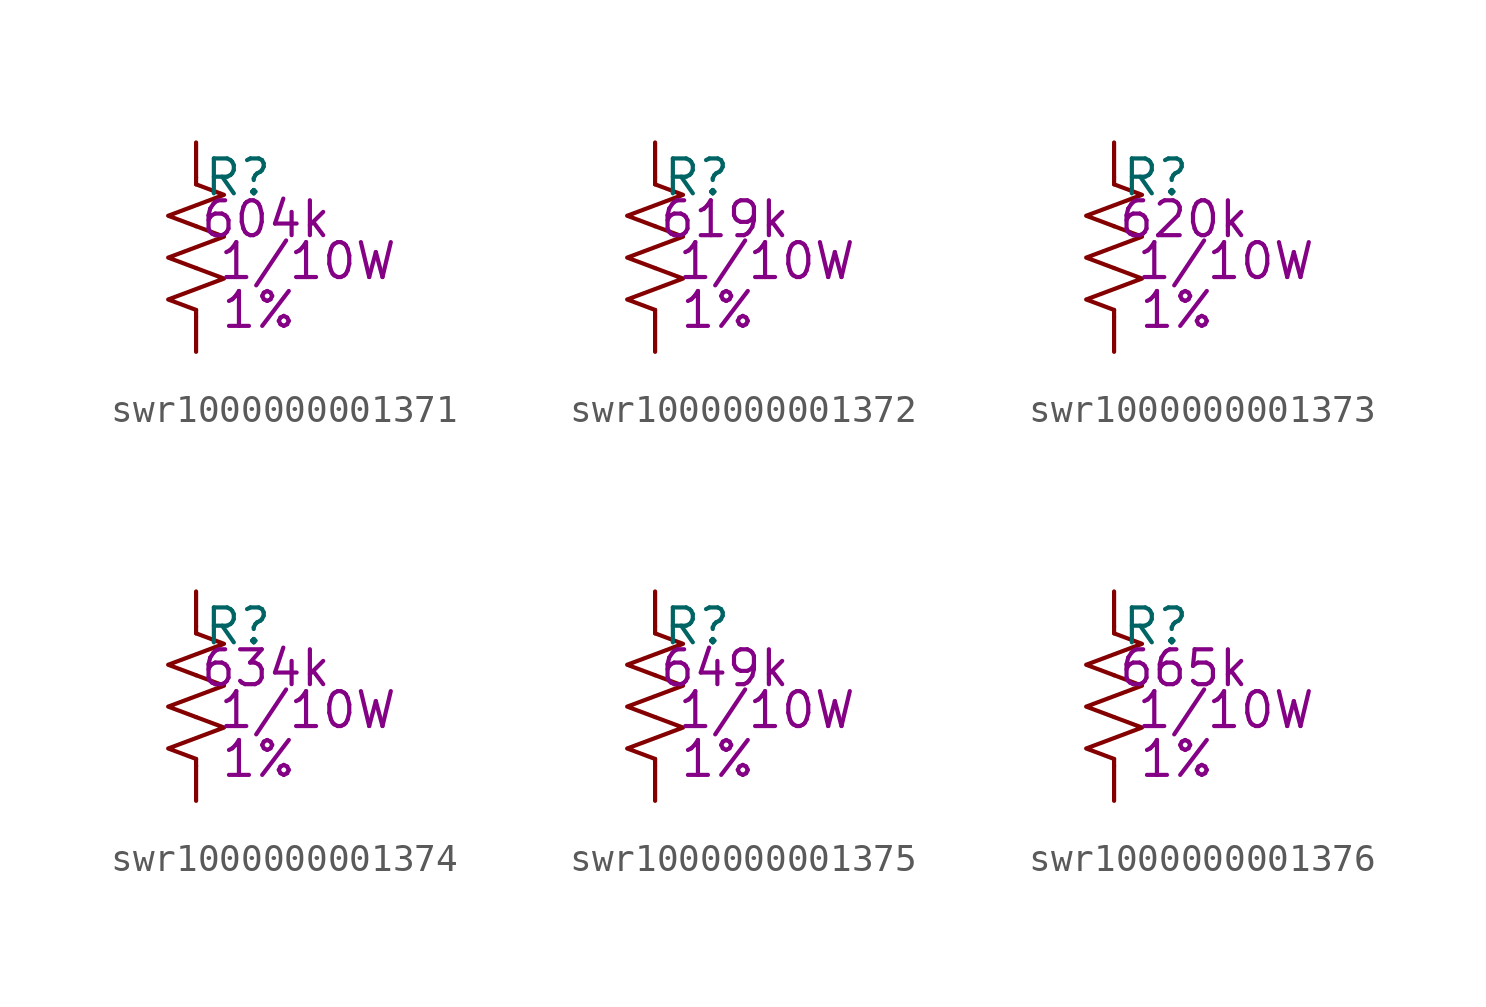
<source format=kicad_sym>
(kicad_symbol_lib
  (version 20211014)
  (generator kicad_symbol_editor)
  (symbol "swr1000000001371"
    (pin_numbers hide)
    (pin_names
      (offset 1.016))
    (property "Reference" "R"
      (at 1.524 2.54 0)
      (effects (font (size 1.27 1.27))))
    (property "PartValue" "604k"
      (at 2.54 1.016 0)
      (effects (font (size 1.27 1.27))))
    (property "Tolerance" "1%"
      (at 2.286 -2.286 0)
      (effects (font (size 1.27 1.27))))
    (property "Wattage" "1/10W"
      (at 4.064 -0.508 0)
      (effects (font (size 1.27 1.27))))
    (symbol "swr1000000001371_1_1"
      (polyline (pts (xy 0 -2.286) (xy 0 -2.54)) (stroke (width 0) (type default) (color 0 0 0 0)) (fill (type none)))
      (polyline (pts (xy 0 2.286) (xy 0 2.54)) (stroke (width 0) (type default) (color 0 0 0 0)) (fill (type none)))
      (polyline (pts (xy 0 -0.762) (xy 1.016 -1.143) (xy 0 -1.524) (xy -1.016 -1.905) (xy 0 -2.286)) (stroke (width 0) (type default) (color 0 0 0 0)) (fill (type none)))
      (polyline (pts (xy 0 0.762) (xy 1.016 0.381) (xy 0 0) (xy -1.016 -0.381) (xy 0 -0.762)) (stroke (width 0) (type default) (color 0 0 0 0)) (fill (type none)))
      (polyline (pts (xy 0 2.286) (xy 1.016 1.905) (xy 0 1.524) (xy -1.016 1.143) (xy 0 0.762)) (stroke (width 0) (type default) (color 0 0 0 0)) (fill (type none)))
      (pin passive line (at 0 3.81 270) (length 1.27) (name "~" (effects (font (size 1.27 1.27)))) (number "1" (effects (font (size 1.27 1.27)))))
      (pin passive line (at 0 -3.81 90) (length 1.27) (name "~" (effects (font (size 1.27 1.27)))) (number "2" (effects (font (size 1.27 1.27)))))))
  (symbol "swr1000000001372"
    (pin_numbers hide)
    (pin_names
      (offset 1.016))
    (property "Reference" "R"
      (at 1.524 2.54 0)
      (effects (font (size 1.27 1.27))))
    (property "PartValue" "619k"
      (at 2.54 1.016 0)
      (effects (font (size 1.27 1.27))))
    (property "Tolerance" "1%"
      (at 2.286 -2.286 0)
      (effects (font (size 1.27 1.27))))
    (property "Wattage" "1/10W"
      (at 4.064 -0.508 0)
      (effects (font (size 1.27 1.27))))
    (symbol "swr1000000001372_1_1"
      (polyline (pts (xy 0 -2.286) (xy 0 -2.54)) (stroke (width 0) (type default) (color 0 0 0 0)) (fill (type none)))
      (polyline (pts (xy 0 2.286) (xy 0 2.54)) (stroke (width 0) (type default) (color 0 0 0 0)) (fill (type none)))
      (polyline (pts (xy 0 -0.762) (xy 1.016 -1.143) (xy 0 -1.524) (xy -1.016 -1.905) (xy 0 -2.286)) (stroke (width 0) (type default) (color 0 0 0 0)) (fill (type none)))
      (polyline (pts (xy 0 0.762) (xy 1.016 0.381) (xy 0 0) (xy -1.016 -0.381) (xy 0 -0.762)) (stroke (width 0) (type default) (color 0 0 0 0)) (fill (type none)))
      (polyline (pts (xy 0 2.286) (xy 1.016 1.905) (xy 0 1.524) (xy -1.016 1.143) (xy 0 0.762)) (stroke (width 0) (type default) (color 0 0 0 0)) (fill (type none)))
      (pin passive line (at 0 3.81 270) (length 1.27) (name "~" (effects (font (size 1.27 1.27)))) (number "1" (effects (font (size 1.27 1.27)))))
      (pin passive line (at 0 -3.81 90) (length 1.27) (name "~" (effects (font (size 1.27 1.27)))) (number "2" (effects (font (size 1.27 1.27)))))))
  (symbol "swr1000000001373"
    (pin_numbers hide)
    (pin_names
      (offset 1.016))
    (property "Reference" "R"
      (at 1.524 2.54 0)
      (effects (font (size 1.27 1.27))))
    (property "PartValue" "620k"
      (at 2.54 1.016 0)
      (effects (font (size 1.27 1.27))))
    (property "Tolerance" "1%"
      (at 2.286 -2.286 0)
      (effects (font (size 1.27 1.27))))
    (property "Wattage" "1/10W"
      (at 4.064 -0.508 0)
      (effects (font (size 1.27 1.27))))
    (symbol "swr1000000001373_1_1"
      (polyline (pts (xy 0 -2.286) (xy 0 -2.54)) (stroke (width 0) (type default) (color 0 0 0 0)) (fill (type none)))
      (polyline (pts (xy 0 2.286) (xy 0 2.54)) (stroke (width 0) (type default) (color 0 0 0 0)) (fill (type none)))
      (polyline (pts (xy 0 -0.762) (xy 1.016 -1.143) (xy 0 -1.524) (xy -1.016 -1.905) (xy 0 -2.286)) (stroke (width 0) (type default) (color 0 0 0 0)) (fill (type none)))
      (polyline (pts (xy 0 0.762) (xy 1.016 0.381) (xy 0 0) (xy -1.016 -0.381) (xy 0 -0.762)) (stroke (width 0) (type default) (color 0 0 0 0)) (fill (type none)))
      (polyline (pts (xy 0 2.286) (xy 1.016 1.905) (xy 0 1.524) (xy -1.016 1.143) (xy 0 0.762)) (stroke (width 0) (type default) (color 0 0 0 0)) (fill (type none)))
      (pin passive line (at 0 3.81 270) (length 1.27) (name "~" (effects (font (size 1.27 1.27)))) (number "1" (effects (font (size 1.27 1.27)))))
      (pin passive line (at 0 -3.81 90) (length 1.27) (name "~" (effects (font (size 1.27 1.27)))) (number "2" (effects (font (size 1.27 1.27)))))))
  (symbol "swr1000000001374"
    (pin_numbers hide)
    (pin_names
      (offset 1.016))
    (property "Reference" "R"
      (at 1.524 2.54 0)
      (effects (font (size 1.27 1.27))))
    (property "PartValue" "634k"
      (at 2.54 1.016 0)
      (effects (font (size 1.27 1.27))))
    (property "Tolerance" "1%"
      (at 2.286 -2.286 0)
      (effects (font (size 1.27 1.27))))
    (property "Wattage" "1/10W"
      (at 4.064 -0.508 0)
      (effects (font (size 1.27 1.27))))
    (symbol "swr1000000001374_1_1"
      (polyline (pts (xy 0 -2.286) (xy 0 -2.54)) (stroke (width 0) (type default) (color 0 0 0 0)) (fill (type none)))
      (polyline (pts (xy 0 2.286) (xy 0 2.54)) (stroke (width 0) (type default) (color 0 0 0 0)) (fill (type none)))
      (polyline (pts (xy 0 -0.762) (xy 1.016 -1.143) (xy 0 -1.524) (xy -1.016 -1.905) (xy 0 -2.286)) (stroke (width 0) (type default) (color 0 0 0 0)) (fill (type none)))
      (polyline (pts (xy 0 0.762) (xy 1.016 0.381) (xy 0 0) (xy -1.016 -0.381) (xy 0 -0.762)) (stroke (width 0) (type default) (color 0 0 0 0)) (fill (type none)))
      (polyline (pts (xy 0 2.286) (xy 1.016 1.905) (xy 0 1.524) (xy -1.016 1.143) (xy 0 0.762)) (stroke (width 0) (type default) (color 0 0 0 0)) (fill (type none)))
      (pin passive line (at 0 3.81 270) (length 1.27) (name "~" (effects (font (size 1.27 1.27)))) (number "1" (effects (font (size 1.27 1.27)))))
      (pin passive line (at 0 -3.81 90) (length 1.27) (name "~" (effects (font (size 1.27 1.27)))) (number "2" (effects (font (size 1.27 1.27)))))))
  (symbol "swr1000000001375"
    (pin_numbers hide)
    (pin_names
      (offset 1.016))
    (property "Reference" "R"
      (at 1.524 2.54 0)
      (effects (font (size 1.27 1.27))))
    (property "PartValue" "649k"
      (at 2.54 1.016 0)
      (effects (font (size 1.27 1.27))))
    (property "Tolerance" "1%"
      (at 2.286 -2.286 0)
      (effects (font (size 1.27 1.27))))
    (property "Wattage" "1/10W"
      (at 4.064 -0.508 0)
      (effects (font (size 1.27 1.27))))
    (symbol "swr1000000001375_1_1"
      (polyline (pts (xy 0 -2.286) (xy 0 -2.54)) (stroke (width 0) (type default) (color 0 0 0 0)) (fill (type none)))
      (polyline (pts (xy 0 2.286) (xy 0 2.54)) (stroke (width 0) (type default) (color 0 0 0 0)) (fill (type none)))
      (polyline (pts (xy 0 -0.762) (xy 1.016 -1.143) (xy 0 -1.524) (xy -1.016 -1.905) (xy 0 -2.286)) (stroke (width 0) (type default) (color 0 0 0 0)) (fill (type none)))
      (polyline (pts (xy 0 0.762) (xy 1.016 0.381) (xy 0 0) (xy -1.016 -0.381) (xy 0 -0.762)) (stroke (width 0) (type default) (color 0 0 0 0)) (fill (type none)))
      (polyline (pts (xy 0 2.286) (xy 1.016 1.905) (xy 0 1.524) (xy -1.016 1.143) (xy 0 0.762)) (stroke (width 0) (type default) (color 0 0 0 0)) (fill (type none)))
      (pin passive line (at 0 3.81 270) (length 1.27) (name "~" (effects (font (size 1.27 1.27)))) (number "1" (effects (font (size 1.27 1.27)))))
      (pin passive line (at 0 -3.81 90) (length 1.27) (name "~" (effects (font (size 1.27 1.27)))) (number "2" (effects (font (size 1.27 1.27)))))))
  (symbol "swr1000000001376"
    (pin_numbers hide)
    (pin_names
      (offset 1.016))
    (property "Reference" "R"
      (at 1.524 2.54 0)
      (effects (font (size 1.27 1.27))))
    (property "PartValue" "665k"
      (at 2.54 1.016 0)
      (effects (font (size 1.27 1.27))))
    (property "Tolerance" "1%"
      (at 2.286 -2.286 0)
      (effects (font (size 1.27 1.27))))
    (property "Wattage" "1/10W"
      (at 4.064 -0.508 0)
      (effects (font (size 1.27 1.27))))
    (symbol "swr1000000001376_1_1"
      (polyline (pts (xy 0 -2.286) (xy 0 -2.54)) (stroke (width 0) (type default) (color 0 0 0 0)) (fill (type none)))
      (polyline (pts (xy 0 2.286) (xy 0 2.54)) (stroke (width 0) (type default) (color 0 0 0 0)) (fill (type none)))
      (polyline (pts (xy 0 -0.762) (xy 1.016 -1.143) (xy 0 -1.524) (xy -1.016 -1.905) (xy 0 -2.286)) (stroke (width 0) (type default) (color 0 0 0 0)) (fill (type none)))
      (polyline (pts (xy 0 0.762) (xy 1.016 0.381) (xy 0 0) (xy -1.016 -0.381) (xy 0 -0.762)) (stroke (width 0) (type default) (color 0 0 0 0)) (fill (type none)))
      (polyline (pts (xy 0 2.286) (xy 1.016 1.905) (xy 0 1.524) (xy -1.016 1.143) (xy 0 0.762)) (stroke (width 0) (type default) (color 0 0 0 0)) (fill (type none)))
      (pin passive line (at 0 3.81 270) (length 1.27) (name "~" (effects (font (size 1.27 1.27)))) (number "1" (effects (font (size 1.27 1.27)))))
      (pin passive line (at 0 -3.81 90) (length 1.27) (name "~" (effects (font (size 1.27 1.27)))) (number "2" (effects (font (size 1.27 1.27))))))))
</source>
